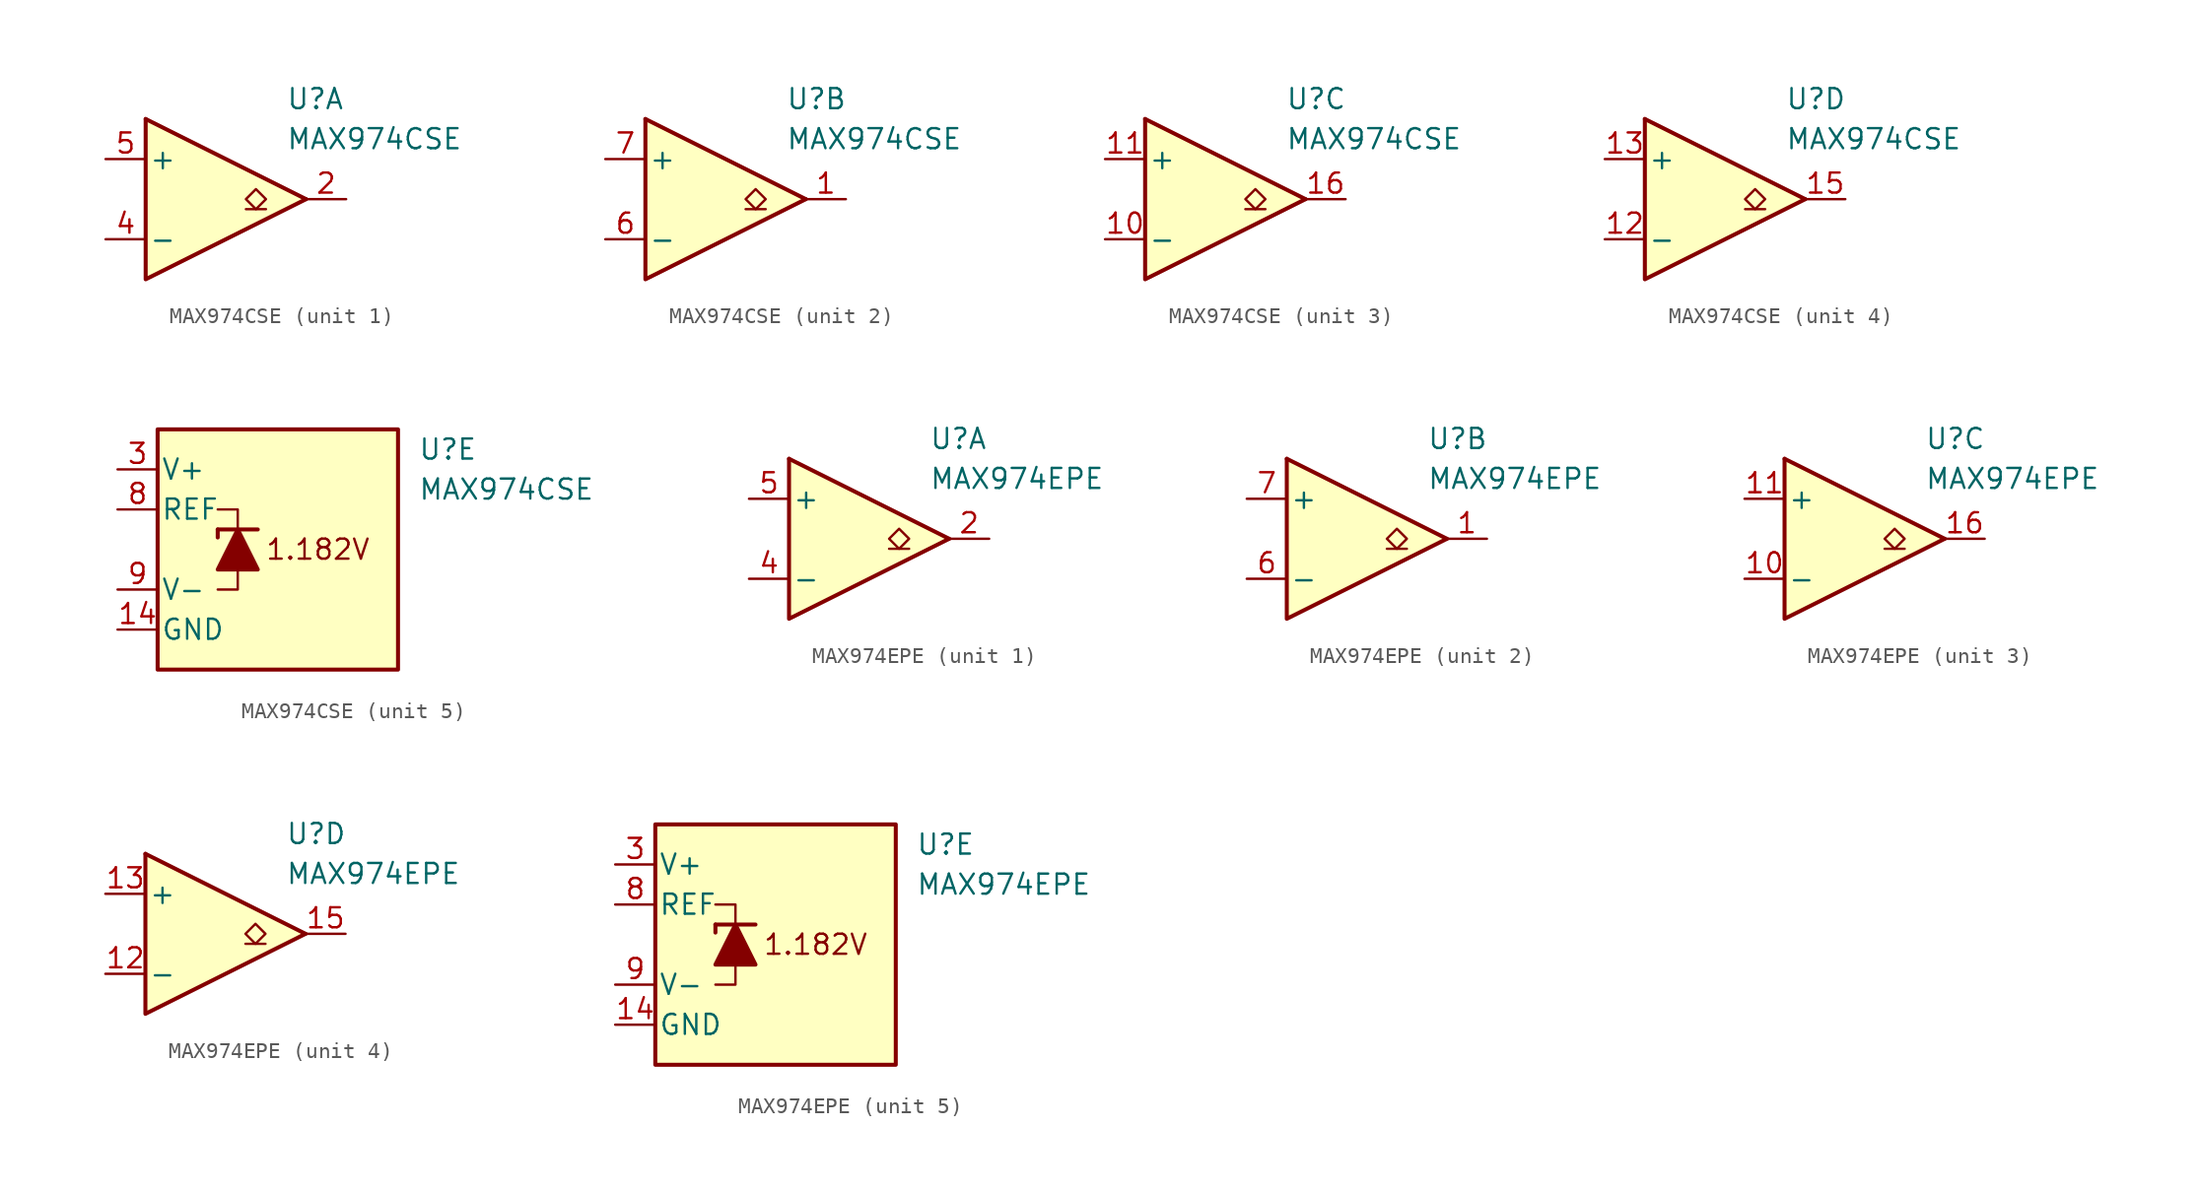
<source format=kicad_sym>
(kicad_symbol_lib
  (version 20231120)
  (generator "kicad_symbol_editor")
  (generator_version "8.0")
  (symbol "MAX974CSE"
    (pin_names
      (offset 0.2))
    (property "Reference" "U"
      (at 5.08 6.35 0)
      (effects (font (size 1.27 1.27)) (justify left)))
    (property "Value" "MAX974CSE"
      (at 5.08 3.81 0)
      (effects (font (size 1.27 1.27)) (justify left)))
    (property "ki_locked" ""
      (at 0 0 0)
      (effects (font (size 1.27 1.27))))
    (symbol "MAX974CSE_1_1"
      (polyline (pts (xy -3.81 5.08) (xy 6.35 0)) (stroke (width 0.254) (type default)) (fill (type none)))
      (polyline (pts (xy 3.81 -0.635) (xy 2.54 -0.635)) (stroke (width 0.152) (type default)) (fill (type none)))
      (polyline (pts (xy -3.81 5.08) (xy -3.81 -5.08) (xy 6.35 0)) (stroke (width 0.254) (type default)) (fill (type background)))
      (polyline (pts (xy 3.175 -0.635) (xy 2.54 0) (xy 3.175 0.635) (xy 3.81 0) (xy 3.175 -0.635)) (stroke (width 0.152) (type default)) (fill (type none)))
      (pin output line (at 8.89 0 180) (length 2.54) (name "~" (effects (font (size 1.27 1.27)))) (number "2" (effects (font (size 1.27 1.27)))))
      (pin input line (at -6.35 -2.54 0) (length 2.54) (name "-" (effects (font (size 1.27 1.27)))) (number "4" (effects (font (size 1.27 1.27)))))
      (pin input line (at -6.35 2.54 0) (length 2.54) (name "+" (effects (font (size 1.27 1.27)))) (number "5" (effects (font (size 1.27 1.27))))))
    (symbol "MAX974CSE_2_1"
      (polyline (pts (xy -3.81 5.08) (xy 6.35 0)) (stroke (width 0.254) (type default)) (fill (type none)))
      (polyline (pts (xy 3.81 -0.635) (xy 2.54 -0.635)) (stroke (width 0.152) (type default)) (fill (type none)))
      (polyline (pts (xy -3.81 5.08) (xy -3.81 -5.08) (xy 6.35 0)) (stroke (width 0.254) (type default)) (fill (type background)))
      (polyline (pts (xy 3.175 -0.635) (xy 2.54 0) (xy 3.175 0.635) (xy 3.81 0) (xy 3.175 -0.635)) (stroke (width 0.152) (type default)) (fill (type none)))
      (pin output line (at 8.89 0 180) (length 2.54) (name "~" (effects (font (size 1.27 1.27)))) (number "1" (effects (font (size 1.27 1.27)))))
      (pin input line (at -6.35 -2.54 0) (length 2.54) (name "-" (effects (font (size 1.27 1.27)))) (number "6" (effects (font (size 1.27 1.27)))))
      (pin input line (at -6.35 2.54 0) (length 2.54) (name "+" (effects (font (size 1.27 1.27)))) (number "7" (effects (font (size 1.27 1.27))))))
    (symbol "MAX974CSE_3_1"
      (polyline (pts (xy -3.81 5.08) (xy 6.35 0)) (stroke (width 0.254) (type default)) (fill (type none)))
      (polyline (pts (xy 3.81 -0.635) (xy 2.54 -0.635)) (stroke (width 0.152) (type default)) (fill (type none)))
      (polyline (pts (xy -3.81 5.08) (xy -3.81 -5.08) (xy 6.35 0)) (stroke (width 0.254) (type default)) (fill (type background)))
      (polyline (pts (xy 3.175 -0.635) (xy 2.54 0) (xy 3.175 0.635) (xy 3.81 0) (xy 3.175 -0.635)) (stroke (width 0.152) (type default)) (fill (type none)))
      (pin input line (at -6.35 -2.54 0) (length 2.54) (name "-" (effects (font (size 1.27 1.27)))) (number "10" (effects (font (size 1.27 1.27)))))
      (pin input line (at -6.35 2.54 0) (length 2.54) (name "+" (effects (font (size 1.27 1.27)))) (number "11" (effects (font (size 1.27 1.27)))))
      (pin output line (at 8.89 0 180) (length 2.54) (name "~" (effects (font (size 1.27 1.27)))) (number "16" (effects (font (size 1.27 1.27))))))
    (symbol "MAX974CSE_4_1"
      (polyline (pts (xy -3.81 5.08) (xy 6.35 0)) (stroke (width 0.254) (type default)) (fill (type none)))
      (polyline (pts (xy 3.81 -0.635) (xy 2.54 -0.635)) (stroke (width 0.152) (type default)) (fill (type none)))
      (polyline (pts (xy -3.81 5.08) (xy -3.81 -5.08) (xy 6.35 0)) (stroke (width 0.254) (type default)) (fill (type background)))
      (polyline (pts (xy 3.175 -0.635) (xy 2.54 0) (xy 3.175 0.635) (xy 3.81 0) (xy 3.175 -0.635)) (stroke (width 0.152) (type default)) (fill (type none)))
      (pin input line (at -6.35 -2.54 0) (length 2.54) (name "-" (effects (font (size 1.27 1.27)))) (number "12" (effects (font (size 1.27 1.27)))))
      (pin input line (at -6.35 2.54 0) (length 2.54) (name "+" (effects (font (size 1.27 1.27)))) (number "13" (effects (font (size 1.27 1.27)))))
      (pin output line (at 8.89 0 180) (length 2.54) (name "~" (effects (font (size 1.27 1.27)))) (number "15" (effects (font (size 1.27 1.27))))))
    (symbol "MAX974CSE_5_0"
      (text "1.182V" (at -1.27 0 0) (effects (font (size 1.27 1.27)))))
    (symbol "MAX974CSE_5_1"
      (rectangle (start -11.43 7.62) (end 3.81 -7.62) (stroke (width 0.254) (type default)) (fill (type background)))
      (polyline (pts (xy -7.62 1.27) (xy -7.62 0.762)) (stroke (width 0.254) (type default)) (fill (type none)))
      (polyline (pts (xy -7.62 1.27) (xy -5.08 1.27)) (stroke (width 0.254) (type default)) (fill (type none)))
      (polyline (pts (xy -6.35 -1.27) (xy -6.35 -2.54) (xy -7.62 -2.54)) (stroke (width 0) (type default)) (fill (type none)))
      (polyline (pts (xy -6.35 1.27) (xy -6.35 2.54) (xy -7.62 2.54)) (stroke (width 0) (type default)) (fill (type none)))
      (polyline (pts (xy -5.08 -1.27) (xy -7.62 -1.27) (xy -6.35 1.27) (xy -5.08 -1.27)) (stroke (width 0.254) (type default)) (fill (type outline)))
      (pin power_in line (at -13.97 -5.08 0) (length 2.54) (name "GND" (effects (font (size 1.27 1.27)))) (number "14" (effects (font (size 1.27 1.27)))))
      (pin power_in line (at -13.97 5.08 0) (length 2.54) (name "V+" (effects (font (size 1.27 1.27)))) (number "3" (effects (font (size 1.27 1.27)))))
      (pin output line (at -13.97 2.54 0) (length 2.54) (name "REF" (effects (font (size 1.27 1.27)))) (number "8" (effects (font (size 1.27 1.27)))))
      (pin power_in line (at -13.97 -2.54 0) (length 2.54) (name "V-" (effects (font (size 1.27 1.27)))) (number "9" (effects (font (size 1.27 1.27)))))))
  (symbol "MAX974EPE"
    (pin_names
      (offset 0.2))
    (property "Reference" "U"
      (at 5.08 6.35 0)
      (effects (font (size 1.27 1.27)) (justify left)))
    (property "Value" "MAX974EPE"
      (at 5.08 3.81 0)
      (effects (font (size 1.27 1.27)) (justify left)))
    (property "ki_locked" ""
      (at 0 0 0)
      (effects (font (size 1.27 1.27))))
    (symbol "MAX974EPE_1_1"
      (polyline (pts (xy -3.81 5.08) (xy 6.35 0)) (stroke (width 0.254) (type default)) (fill (type none)))
      (polyline (pts (xy 3.81 -0.635) (xy 2.54 -0.635)) (stroke (width 0.152) (type default)) (fill (type none)))
      (polyline (pts (xy -3.81 5.08) (xy -3.81 -5.08) (xy 6.35 0)) (stroke (width 0.254) (type default)) (fill (type background)))
      (polyline (pts (xy 3.175 -0.635) (xy 2.54 0) (xy 3.175 0.635) (xy 3.81 0) (xy 3.175 -0.635)) (stroke (width 0.152) (type default)) (fill (type none)))
      (pin output line (at 8.89 0 180) (length 2.54) (name "~" (effects (font (size 1.27 1.27)))) (number "2" (effects (font (size 1.27 1.27)))))
      (pin input line (at -6.35 -2.54 0) (length 2.54) (name "-" (effects (font (size 1.27 1.27)))) (number "4" (effects (font (size 1.27 1.27)))))
      (pin input line (at -6.35 2.54 0) (length 2.54) (name "+" (effects (font (size 1.27 1.27)))) (number "5" (effects (font (size 1.27 1.27))))))
    (symbol "MAX974EPE_2_1"
      (polyline (pts (xy -3.81 5.08) (xy 6.35 0)) (stroke (width 0.254) (type default)) (fill (type none)))
      (polyline (pts (xy 3.81 -0.635) (xy 2.54 -0.635)) (stroke (width 0.152) (type default)) (fill (type none)))
      (polyline (pts (xy -3.81 5.08) (xy -3.81 -5.08) (xy 6.35 0)) (stroke (width 0.254) (type default)) (fill (type background)))
      (polyline (pts (xy 3.175 -0.635) (xy 2.54 0) (xy 3.175 0.635) (xy 3.81 0) (xy 3.175 -0.635)) (stroke (width 0.152) (type default)) (fill (type none)))
      (pin output line (at 8.89 0 180) (length 2.54) (name "~" (effects (font (size 1.27 1.27)))) (number "1" (effects (font (size 1.27 1.27)))))
      (pin input line (at -6.35 -2.54 0) (length 2.54) (name "-" (effects (font (size 1.27 1.27)))) (number "6" (effects (font (size 1.27 1.27)))))
      (pin input line (at -6.35 2.54 0) (length 2.54) (name "+" (effects (font (size 1.27 1.27)))) (number "7" (effects (font (size 1.27 1.27))))))
    (symbol "MAX974EPE_3_1"
      (polyline (pts (xy -3.81 5.08) (xy 6.35 0)) (stroke (width 0.254) (type default)) (fill (type none)))
      (polyline (pts (xy 3.81 -0.635) (xy 2.54 -0.635)) (stroke (width 0.152) (type default)) (fill (type none)))
      (polyline (pts (xy -3.81 5.08) (xy -3.81 -5.08) (xy 6.35 0)) (stroke (width 0.254) (type default)) (fill (type background)))
      (polyline (pts (xy 3.175 -0.635) (xy 2.54 0) (xy 3.175 0.635) (xy 3.81 0) (xy 3.175 -0.635)) (stroke (width 0.152) (type default)) (fill (type none)))
      (pin input line (at -6.35 -2.54 0) (length 2.54) (name "-" (effects (font (size 1.27 1.27)))) (number "10" (effects (font (size 1.27 1.27)))))
      (pin input line (at -6.35 2.54 0) (length 2.54) (name "+" (effects (font (size 1.27 1.27)))) (number "11" (effects (font (size 1.27 1.27)))))
      (pin output line (at 8.89 0 180) (length 2.54) (name "~" (effects (font (size 1.27 1.27)))) (number "16" (effects (font (size 1.27 1.27))))))
    (symbol "MAX974EPE_4_1"
      (polyline (pts (xy -3.81 5.08) (xy 6.35 0)) (stroke (width 0.254) (type default)) (fill (type none)))
      (polyline (pts (xy 3.81 -0.635) (xy 2.54 -0.635)) (stroke (width 0.152) (type default)) (fill (type none)))
      (polyline (pts (xy -3.81 5.08) (xy -3.81 -5.08) (xy 6.35 0)) (stroke (width 0.254) (type default)) (fill (type background)))
      (polyline (pts (xy 3.175 -0.635) (xy 2.54 0) (xy 3.175 0.635) (xy 3.81 0) (xy 3.175 -0.635)) (stroke (width 0.152) (type default)) (fill (type none)))
      (pin input line (at -6.35 -2.54 0) (length 2.54) (name "-" (effects (font (size 1.27 1.27)))) (number "12" (effects (font (size 1.27 1.27)))))
      (pin input line (at -6.35 2.54 0) (length 2.54) (name "+" (effects (font (size 1.27 1.27)))) (number "13" (effects (font (size 1.27 1.27)))))
      (pin output line (at 8.89 0 180) (length 2.54) (name "~" (effects (font (size 1.27 1.27)))) (number "15" (effects (font (size 1.27 1.27))))))
    (symbol "MAX974EPE_5_0"
      (text "1.182V" (at -1.27 0 0) (effects (font (size 1.27 1.27)))))
    (symbol "MAX974EPE_5_1"
      (rectangle (start -11.43 7.62) (end 3.81 -7.62) (stroke (width 0.254) (type default)) (fill (type background)))
      (polyline (pts (xy -7.62 1.27) (xy -7.62 0.762)) (stroke (width 0.254) (type default)) (fill (type none)))
      (polyline (pts (xy -7.62 1.27) (xy -5.08 1.27)) (stroke (width 0.254) (type default)) (fill (type none)))
      (polyline (pts (xy -6.35 -1.27) (xy -6.35 -2.54) (xy -7.62 -2.54)) (stroke (width 0) (type default)) (fill (type none)))
      (polyline (pts (xy -6.35 1.27) (xy -6.35 2.54) (xy -7.62 2.54)) (stroke (width 0) (type default)) (fill (type none)))
      (polyline (pts (xy -5.08 -1.27) (xy -7.62 -1.27) (xy -6.35 1.27) (xy -5.08 -1.27)) (stroke (width 0.254) (type default)) (fill (type outline)))
      (pin power_in line (at -13.97 -5.08 0) (length 2.54) (name "GND" (effects (font (size 1.27 1.27)))) (number "14" (effects (font (size 1.27 1.27)))))
      (pin power_in line (at -13.97 5.08 0) (length 2.54) (name "V+" (effects (font (size 1.27 1.27)))) (number "3" (effects (font (size 1.27 1.27)))))
      (pin output line (at -13.97 2.54 0) (length 2.54) (name "REF" (effects (font (size 1.27 1.27)))) (number "8" (effects (font (size 1.27 1.27)))))
      (pin power_in line (at -13.97 -2.54 0) (length 2.54) (name "V-" (effects (font (size 1.27 1.27)))) (number "9" (effects (font (size 1.27 1.27))))))))
</source>
